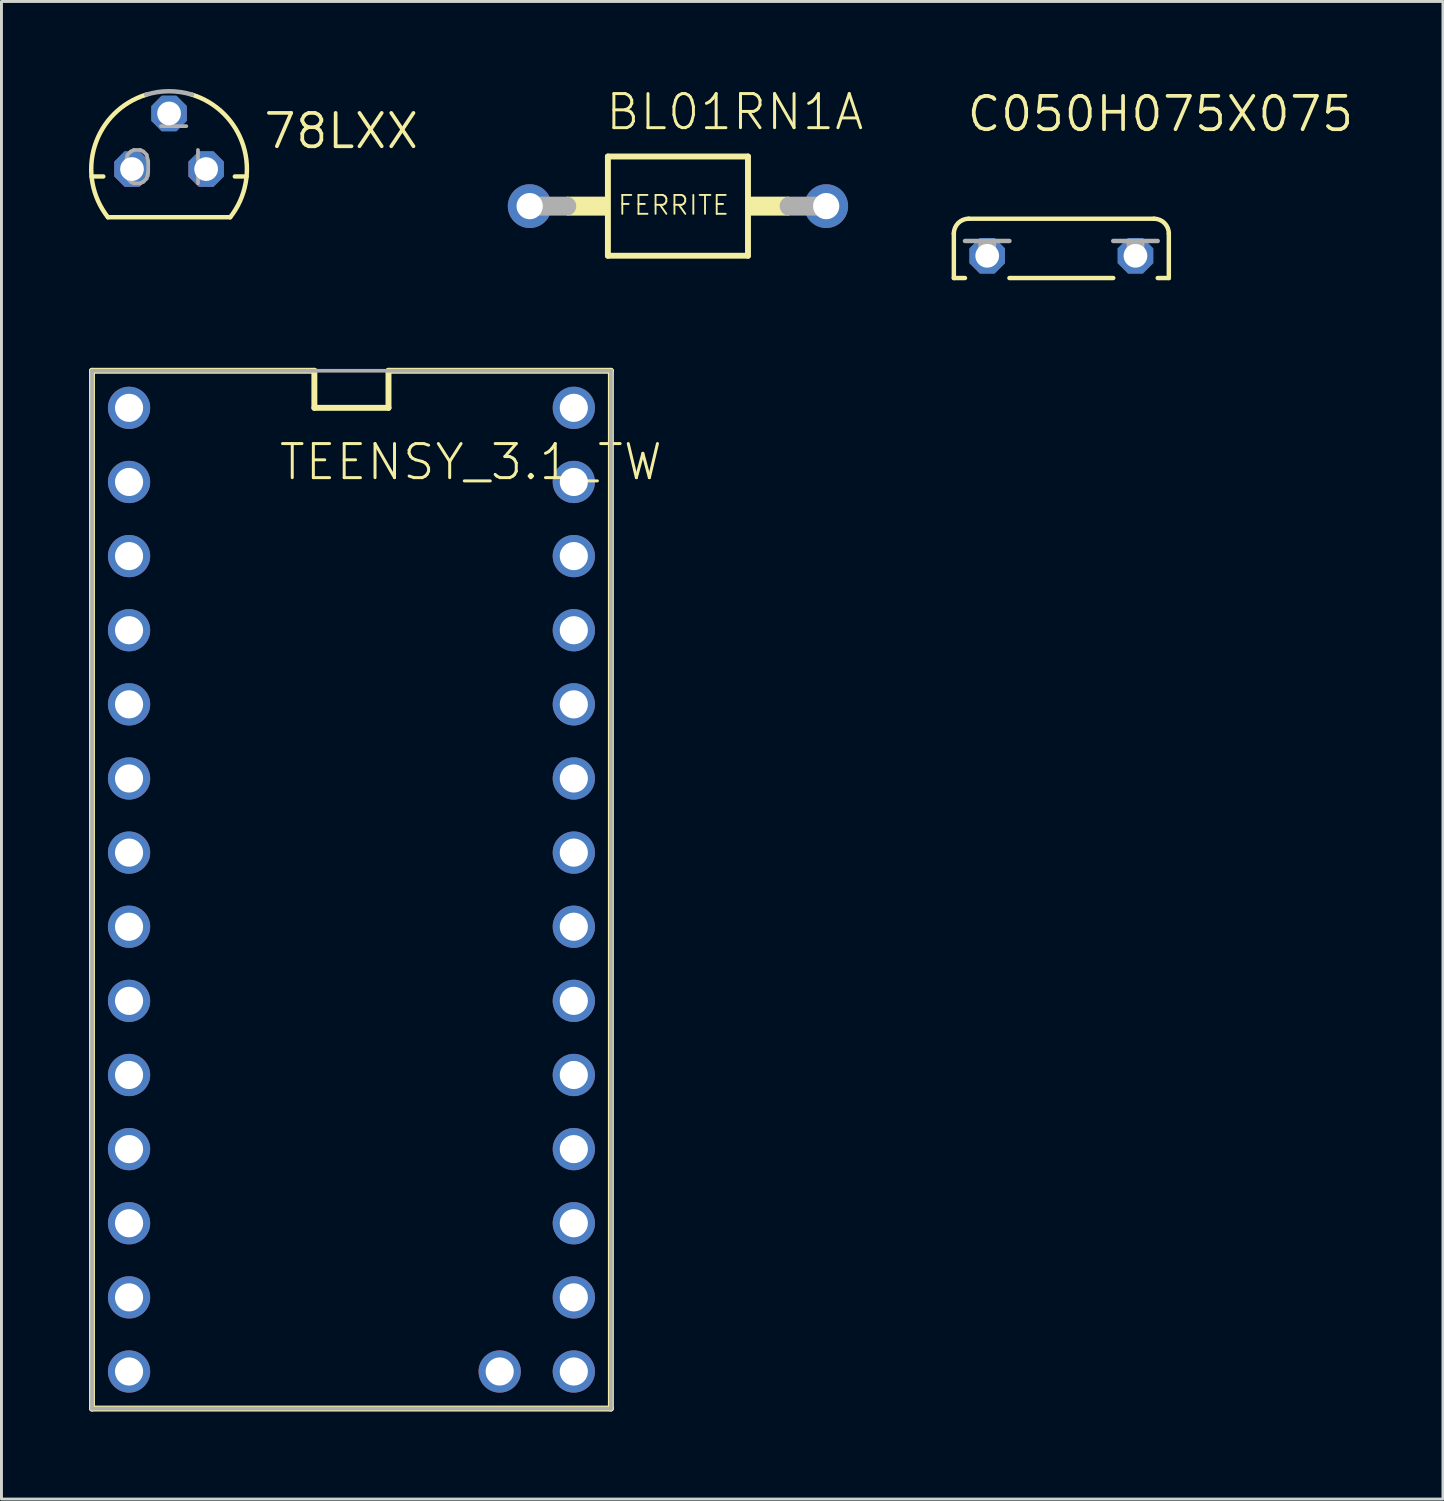
<source format=kicad_pcb>
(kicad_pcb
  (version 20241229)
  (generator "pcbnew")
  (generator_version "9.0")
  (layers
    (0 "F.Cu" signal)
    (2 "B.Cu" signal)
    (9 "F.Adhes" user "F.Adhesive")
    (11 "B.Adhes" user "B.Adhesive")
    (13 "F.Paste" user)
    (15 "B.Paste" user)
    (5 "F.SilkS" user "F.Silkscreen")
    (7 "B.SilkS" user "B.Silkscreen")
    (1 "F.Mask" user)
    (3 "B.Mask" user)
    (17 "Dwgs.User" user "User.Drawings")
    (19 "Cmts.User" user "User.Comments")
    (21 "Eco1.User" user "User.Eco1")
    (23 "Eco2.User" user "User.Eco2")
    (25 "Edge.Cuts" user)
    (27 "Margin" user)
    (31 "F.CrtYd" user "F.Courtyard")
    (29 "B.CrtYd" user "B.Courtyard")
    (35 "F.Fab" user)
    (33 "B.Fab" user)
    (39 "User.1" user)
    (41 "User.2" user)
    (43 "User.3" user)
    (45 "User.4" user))
  (footprint "78LXX"
    (layer "F.Cu")
    (at 2.743 2.743)
    (property "Reference" "78LXX" (at 3.175 -0.635 0) (layer "F.SilkS") (effects (font (size 1.143 1.143) (thickness 0.127)) (justify left bottom)))
    (fp_line (start -2.655 0.254) (end -2.254 0.254) (stroke (width 0.152) (type solid)) (layer "F.SilkS"))
    (fp_line (start -2.095 1.651) (end 2.095 1.651) (stroke (width 0.152) (type solid)) (layer "F.SilkS"))
    (fp_line (start 2.254 0.254) (end 2.655 0.254) (stroke (width 0.152) (type solid)) (layer "F.SilkS"))
    (fp_arc (start -2.0946 1.651) (mid -2.54634 -0.793276) (end -0.786301 -2.548501) (stroke (width 0.1524) (type solid)) (layer "F.SilkS"))
    (fp_arc (start 0.7868 -2.5484) (mid 2.54677 -0.793202) (end 2.095 1.650999) (stroke (width 0.1524) (type solid)) (layer "F.SilkS"))
    (fp_arc (start -0.7863 -2.5485) (mid 0 -2.667043) (end 0.7863 -2.5485) (stroke (width 0.1524) (type solid)) (layer "F.Fab"))
    (fp_text user "-" (at -0.635 -0.889 0) (layer "F.Fab") (effects (font (size 1.143 1.143) (thickness 0.127)) (justify left bottom)))
    (fp_text user "I" (at 0.635 0.635 0) (layer "F.Fab") (effects (font (size 1.143 1.143) (thickness 0.127)) (justify left bottom)))
    (fp_text user "O" (at -1.778 0.635 0) (layer "F.Fab") (effects (font (size 1.143 1.143) (thickness 0.127)) (justify left bottom)))
    (pad "GND" thru_hole roundrect (at 0 -1.905) (size 1.219 1.219) (drill 0.813) (layers "*.Cu" "*.Mask") (roundrect_rratio 0.25) (chamfer_ratio 0.293) (chamfer top_left top_right bottom_left bottom_right))
    (pad "IN" thru_hole roundrect (at 1.27 0) (size 1.219 1.219) (drill 0.813) (layers "*.Cu" "*.Mask") (roundrect_rratio 0.25) (chamfer_ratio 0.293) (chamfer top_left top_right bottom_left bottom_right))
    (pad "OUT" thru_hole roundrect (at -1.27 0) (size 1.219 1.219) (drill 0.813) (layers "*.Cu" "*.Mask") (roundrect_rratio 0.25) (chamfer_ratio 0.293) (chamfer top_left top_right bottom_left bottom_right)))
  (footprint "BL01RN1A"
    (layer "F.Cu")
    (at 20.18 4.013)
    (property "Reference" "BL01RN1A" (at -2.54 -2.54 0) (layer "F.SilkS") (effects (font (size 1.168 1.168) (thickness 0.102)) (justify left bottom)))
    (fp_line (start -2.4 -1.7) (end 2.4 -1.7) (stroke (width 0.203) (type solid)) (layer "F.SilkS"))
    (fp_line (start -2.4 1.7) (end -2.4 -1.7) (stroke (width 0.203) (type solid)) (layer "F.SilkS"))
    (fp_line (start 2.4 -1.7) (end 2.4 1.7) (stroke (width 0.203) (type solid)) (layer "F.SilkS"))
    (fp_line (start 2.4 1.7) (end -2.4 1.7) (stroke (width 0.203) (type solid)) (layer "F.SilkS"))
    (fp_poly (pts (xy -3.81 0.325) (xy -2.475 0.325) (xy -2.475 -0.325) (xy -3.81 -0.325)) (stroke (width 0) (type default)) (fill yes) (layer "F.SilkS"))
    (fp_poly (pts (xy 3.81 -0.325) (xy 2.475 -0.325) (xy 2.475 0.325) (xy 3.81 0.325)) (stroke (width 0) (type default)) (fill yes) (layer "F.SilkS"))
    (fp_line (start -5.08 0) (end -3.81 0) (stroke (width 0.65) (type solid)) (layer "F.Fab"))
    (fp_line (start 5.08 0) (end 3.81 0) (stroke (width 0.65) (type solid)) (layer "F.Fab"))
    (fp_text user "FERRITE" (at -2.103 0.346 0) (layer "F.SilkS") (effects (font (size 0.647 0.647) (thickness 0.064)) (justify left bottom)))
    (pad "1" thru_hole circle (at -5.08 0) (size 1.5 1.5) (drill 0.9) (layers "*.Cu" "*.Mask"))
    (pad "2" thru_hole circle (at 5.08 0) (size 1.5 1.5) (drill 0.9) (layers "*.Cu" "*.Mask")))
  (footprint "C050H075X075"
    (layer "F.Cu")
    (at 33.317 5.715)
    (property "Reference" "C050H075X075" (at -3.302 -4.191 0) (layer "F.SilkS") (effects (font (size 1.143 1.143) (thickness 0.127)) (justify left bottom)))
    (fp_line (start -3.683 -0.762) (end -3.683 0.762) (stroke (width 0.152) (type solid)) (layer "F.SilkS"))
    (fp_line (start -3.683 0.762) (end -3.302 0.762) (stroke (width 0.152) (type solid)) (layer "F.SilkS"))
    (fp_line (start -1.778 0.762) (end 1.778 0.762) (stroke (width 0.152) (type solid)) (layer "F.SilkS"))
    (fp_line (start 3.175 -1.27) (end -3.175 -1.27) (stroke (width 0.152) (type solid)) (layer "F.SilkS"))
    (fp_line (start 3.302 0.762) (end 3.683 0.762) (stroke (width 0.152) (type solid)) (layer "F.SilkS"))
    (fp_line (start 3.683 0.762) (end 3.683 -0.762) (stroke (width 0.152) (type solid)) (layer "F.SilkS"))
    (fp_arc (start -3.683 -0.762) (mid -3.53421 -1.12121) (end -3.175 -1.27) (stroke (width 0.1524) (type solid)) (layer "F.SilkS"))
    (fp_arc (start 3.175 -1.27) (mid 3.53421 -1.12121) (end 3.683 -0.762) (stroke (width 0.1524) (type solid)) (layer "F.SilkS"))
    (fp_line (start -3.302 -0.508) (end -1.778 -0.508) (stroke (width 0.152) (type solid)) (layer "F.Fab"))
    (fp_line (start -2.54 0) (end -2.54 -0.254) (stroke (width 0.508) (type solid)) (layer "F.Fab"))
    (fp_line (start 1.778 -0.508) (end 3.302 -0.508) (stroke (width 0.152) (type solid)) (layer "F.Fab"))
    (fp_line (start 2.54 0) (end 2.54 -0.254) (stroke (width 0.508) (type solid)) (layer "F.Fab"))
    (fp_poly (pts (xy -2.794 -0.127) (xy -2.286 -0.127) (xy -2.286 -0.508) (xy -2.794 -0.508)) (stroke (width 0.1) (type default)) (fill no) (layer "F.Fab"))
    (fp_poly (pts (xy 2.286 -0.127) (xy 2.794 -0.127) (xy 2.794 -0.508) (xy 2.286 -0.508)) (stroke (width 0.1) (type default)) (fill no) (layer "F.Fab"))
    (pad "1" thru_hole roundrect (at -2.54 0) (size 1.219 1.219) (drill 0.813) (layers "*.Cu" "*.Mask") (roundrect_rratio 0.25) (chamfer_ratio 0.293) (chamfer top_left top_right bottom_left bottom_right))
    (pad "2" thru_hole roundrect (at 2.54 0) (size 1.219 1.219) (drill 0.813) (layers "*.Cu" "*.Mask") (roundrect_rratio 0.25) (chamfer_ratio 0.293) (chamfer top_left top_right bottom_left bottom_right)))
  (footprint "TEENSY_3.1_TW"
    (layer "F.Cu")
    (at 8.992 27.435)
    (property "Reference" "TEENSY_3.1_TW" (at -2.54 -13.97 0) (layer "F.SilkS") (effects (font (size 1.168 1.168) (thickness 0.102)) (justify left bottom)))
    (fp_line (start -8.89 -17.78) (end -1.27 -17.78) (stroke (width 0.203) (type solid)) (layer "F.SilkS"))
    (fp_line (start -8.89 17.78) (end -8.89 -17.78) (stroke (width 0.203) (type solid)) (layer "F.SilkS"))
    (fp_line (start -1.27 -17.78) (end -1.27 -16.51) (stroke (width 0.203) (type solid)) (layer "F.SilkS"))
    (fp_line (start -1.27 -16.51) (end 1.27 -16.51) (stroke (width 0.203) (type solid)) (layer "F.SilkS"))
    (fp_line (start 1.27 -17.78) (end 8.89 -17.78) (stroke (width 0.203) (type solid)) (layer "F.SilkS"))
    (fp_line (start 1.27 -16.51) (end 1.27 -17.78) (stroke (width 0.203) (type solid)) (layer "F.SilkS"))
    (fp_line (start 8.89 -17.78) (end 8.89 17.78) (stroke (width 0.203) (type solid)) (layer "F.SilkS"))
    (fp_line (start 8.89 17.78) (end -8.89 17.78) (stroke (width 0.203) (type solid)) (layer "F.SilkS"))
    (fp_line (start -8.89 -17.78) (end 8.89 -17.78) (stroke (width 0.127) (type solid)) (layer "F.Fab"))
    (fp_line (start -8.89 17.78) (end -8.89 -17.78) (stroke (width 0.127) (type solid)) (layer "F.Fab"))
    (fp_line (start 8.89 -17.78) (end 8.89 17.78) (stroke (width 0.127) (type solid)) (layer "F.Fab"))
    (fp_line (start 8.89 17.78) (end -8.89 17.78) (stroke (width 0.127) (type solid)) (layer "F.Fab"))
    (pad "0" thru_hole circle (at -7.62 -13.97) (size 1.448 1.448) (drill 0.965) (layers "*.Cu" "*.Mask"))
    (pad "1" thru_hole circle (at -7.62 -11.43) (size 1.448 1.448) (drill 0.965) (layers "*.Cu" "*.Mask"))
    (pad "2" thru_hole circle (at -7.62 -8.89) (size 1.448 1.448) (drill 0.965) (layers "*.Cu" "*.Mask"))
    (pad "3" thru_hole circle (at -7.62 -6.35) (size 1.448 1.448) (drill 0.965) (layers "*.Cu" "*.Mask"))
    (pad "3.3V" thru_hole circle (at 7.62 -11.43) (size 1.448 1.448) (drill 0.965) (layers "*.Cu" "*.Mask"))
    (pad "4" thru_hole circle (at -7.62 -3.81) (size 1.448 1.448) (drill 0.965) (layers "*.Cu" "*.Mask"))
    (pad "5" thru_hole circle (at -7.62 -1.27) (size 1.448 1.448) (drill 0.965) (layers "*.Cu" "*.Mask"))
    (pad "6" thru_hole circle (at -7.62 1.27) (size 1.448 1.448) (drill 0.965) (layers "*.Cu" "*.Mask"))
    (pad "7" thru_hole circle (at -7.62 3.81) (size 1.448 1.448) (drill 0.965) (layers "*.Cu" "*.Mask"))
    (pad "8" thru_hole circle (at -7.62 6.35) (size 1.448 1.448) (drill 0.965) (layers "*.Cu" "*.Mask"))
    (pad "9" thru_hole circle (at -7.62 8.89) (size 1.448 1.448) (drill 0.965) (layers "*.Cu" "*.Mask"))
    (pad "10" thru_hole circle (at -7.62 11.43) (size 1.448 1.448) (drill 0.965) (layers "*.Cu" "*.Mask"))
    (pad "11" thru_hole circle (at -7.62 13.97) (size 1.448 1.448) (drill 0.965) (layers "*.Cu" "*.Mask"))
    (pad "12" thru_hole circle (at -7.62 16.51) (size 1.448 1.448) (drill 0.965) (layers "*.Cu" "*.Mask"))
    (pad "13" thru_hole circle (at 7.62 16.51) (size 1.448 1.448) (drill 0.965) (layers "*.Cu" "*.Mask"))
    (pad "14/A0" thru_hole circle (at 7.62 13.97) (size 1.448 1.448) (drill 0.965) (layers "*.Cu" "*.Mask"))
    (pad "15/A1" thru_hole circle (at 7.62 11.43) (size 1.448 1.448) (drill 0.965) (layers "*.Cu" "*.Mask"))
    (pad "16/A2" thru_hole circle (at 7.62 8.89) (size 1.448 1.448) (drill 0.965) (layers "*.Cu" "*.Mask"))
    (pad "17/A3" thru_hole circle (at 7.62 6.35) (size 1.448 1.448) (drill 0.965) (layers "*.Cu" "*.Mask"))
    (pad "18/A4" thru_hole circle (at 7.62 3.81) (size 1.448 1.448) (drill 0.965) (layers "*.Cu" "*.Mask"))
    (pad "19/A5" thru_hole circle (at 7.62 1.27) (size 1.448 1.448) (drill 0.965) (layers "*.Cu" "*.Mask"))
    (pad "20/A6" thru_hole circle (at 7.62 -1.27) (size 1.448 1.448) (drill 0.965) (layers "*.Cu" "*.Mask"))
    (pad "21/A7" thru_hole circle (at 7.62 -3.81) (size 1.448 1.448) (drill 0.965) (layers "*.Cu" "*.Mask"))
    (pad "22/A8" thru_hole circle (at 7.62 -6.35) (size 1.448 1.448) (drill 0.965) (layers "*.Cu" "*.Mask"))
    (pad "23/A9" thru_hole circle (at 7.62 -8.89) (size 1.448 1.448) (drill 0.965) (layers "*.Cu" "*.Mask"))
    (pad "AGND" thru_hole circle (at 7.62 -13.97) (size 1.448 1.448) (drill 0.965) (layers "*.Cu" "*.Mask"))
    (pad "DAC" thru_hole circle (at 5.08 16.51) (size 1.448 1.448) (drill 0.965) (layers "*.Cu" "*.Mask"))
    (pad "GND" thru_hole circle (at -7.62 -16.51) (size 1.448 1.448) (drill 0.965) (layers "*.Cu" "*.Mask"))
    (pad "VIN" thru_hole circle (at 7.62 -16.51) (size 1.448 1.448) (drill 0.965) (layers "*.Cu" "*.Mask")))
  (gr_rect
    (start -3 -3)
    (end 46.394 48.316)
    (stroke (width 0.1) (type default))
    (fill no)
    (layer "Edge.Cuts")))
</source>
